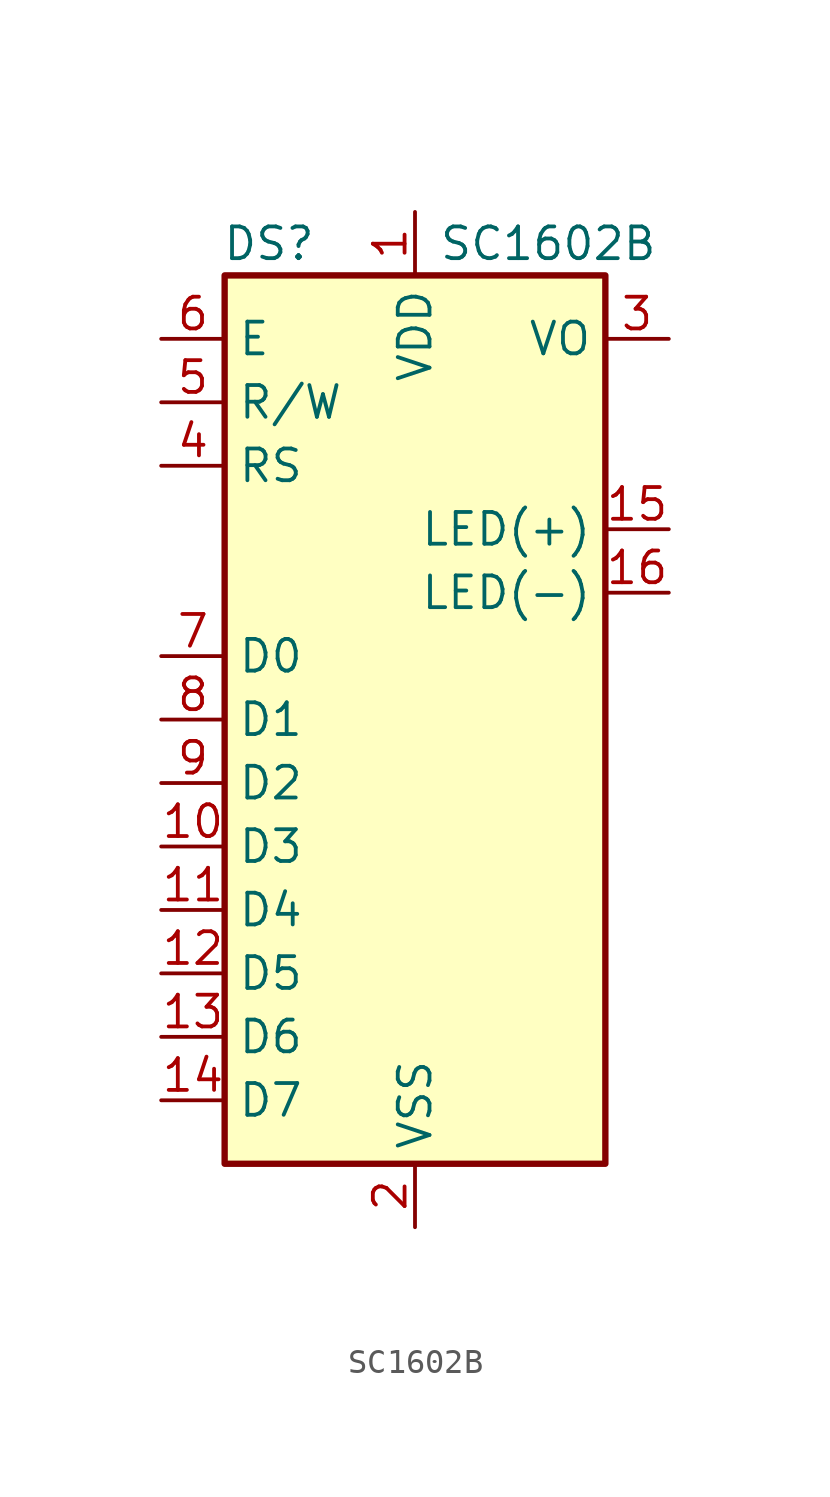
<source format=kicad_sym>
(kicad_symbol_lib
  (version 20231120)
  (generator "kicad_symbol_editor")
  (generator_version "8.0")
  (symbol "SC1602B"
    (property "Reference" "DS"
      (at -5.842 19.05 0)
      (effects (font (size 1.27 1.27))))
    (property "Value" "SC1602B"
      (at 5.334 19.05 0)
      (effects (font (size 1.27 1.27))))
    (symbol "SC1602B_1_1"
      (rectangle (start -7.62 17.78) (end 7.62 -17.78) (stroke (width 0.254) (type default)) (fill (type background)))
      (pin power_in line (at 0 20.32 270) (length 2.54) (name "VDD" (effects (font (size 1.27 1.27)))) (number "1" (effects (font (size 1.27 1.27)))))
      (pin input line (at -10.16 -5.08 0) (length 2.54) (name "D3" (effects (font (size 1.27 1.27)))) (number "10" (effects (font (size 1.27 1.27)))))
      (pin input line (at -10.16 -7.62 0) (length 2.54) (name "D4" (effects (font (size 1.27 1.27)))) (number "11" (effects (font (size 1.27 1.27)))))
      (pin input line (at -10.16 -10.16 0) (length 2.54) (name "D5" (effects (font (size 1.27 1.27)))) (number "12" (effects (font (size 1.27 1.27)))))
      (pin input line (at -10.16 -12.7 0) (length 2.54) (name "D6" (effects (font (size 1.27 1.27)))) (number "13" (effects (font (size 1.27 1.27)))))
      (pin input line (at -10.16 -15.24 0) (length 2.54) (name "D7" (effects (font (size 1.27 1.27)))) (number "14" (effects (font (size 1.27 1.27)))))
      (pin input line (at 10.16 7.62 180) (length 2.54) (name "LED(+)" (effects (font (size 1.27 1.27)))) (number "15" (effects (font (size 1.27 1.27)))))
      (pin output line (at 10.16 5.08 180) (length 2.54) (name "LED(-)" (effects (font (size 1.27 1.27)))) (number "16" (effects (font (size 1.27 1.27)))))
      (pin power_in line (at 0 -20.32 90) (length 2.54) (name "VSS" (effects (font (size 1.27 1.27)))) (number "2" (effects (font (size 1.27 1.27)))))
      (pin input line (at 10.16 15.24 180) (length 2.54) (name "VO" (effects (font (size 1.27 1.27)))) (number "3" (effects (font (size 1.27 1.27)))))
      (pin input line (at -10.16 10.16 0) (length 2.54) (name "RS" (effects (font (size 1.27 1.27)))) (number "4" (effects (font (size 1.27 1.27)))))
      (pin input line (at -10.16 12.7 0) (length 2.54) (name "R/W" (effects (font (size 1.27 1.27)))) (number "5" (effects (font (size 1.27 1.27)))))
      (pin input line (at -10.16 15.24 0) (length 2.54) (name "E" (effects (font (size 1.27 1.27)))) (number "6" (effects (font (size 1.27 1.27)))))
      (pin input line (at -10.16 2.54 0) (length 2.54) (name "D0" (effects (font (size 1.27 1.27)))) (number "7" (effects (font (size 1.27 1.27)))))
      (pin input line (at -10.16 0 0) (length 2.54) (name "D1" (effects (font (size 1.27 1.27)))) (number "8" (effects (font (size 1.27 1.27)))))
      (pin input line (at -10.16 -2.54 0) (length 2.54) (name "D2" (effects (font (size 1.27 1.27)))) (number "9" (effects (font (size 1.27 1.27))))))))
</source>
